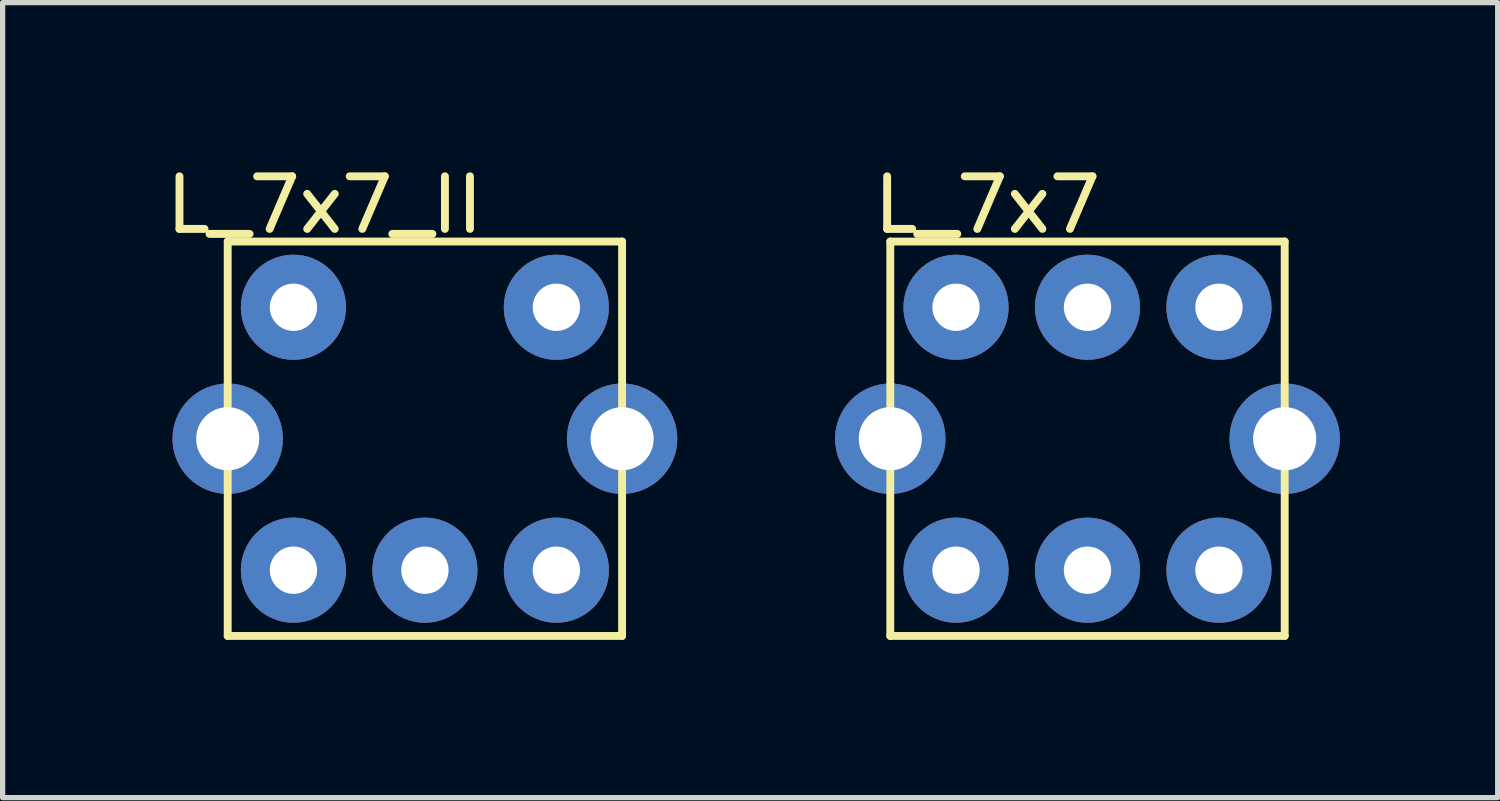
<source format=kicad_pcb>
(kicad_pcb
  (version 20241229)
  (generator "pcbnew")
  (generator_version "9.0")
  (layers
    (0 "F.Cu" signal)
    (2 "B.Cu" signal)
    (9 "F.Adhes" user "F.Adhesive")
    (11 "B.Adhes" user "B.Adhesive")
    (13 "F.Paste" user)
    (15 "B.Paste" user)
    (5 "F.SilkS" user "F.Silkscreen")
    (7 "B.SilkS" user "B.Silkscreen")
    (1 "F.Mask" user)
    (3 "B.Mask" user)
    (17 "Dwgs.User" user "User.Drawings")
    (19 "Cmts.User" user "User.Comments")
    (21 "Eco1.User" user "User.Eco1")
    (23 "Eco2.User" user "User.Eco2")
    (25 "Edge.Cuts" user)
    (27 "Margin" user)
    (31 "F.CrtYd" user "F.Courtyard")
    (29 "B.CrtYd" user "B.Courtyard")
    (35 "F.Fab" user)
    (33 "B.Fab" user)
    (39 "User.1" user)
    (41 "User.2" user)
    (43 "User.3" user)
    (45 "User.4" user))
  (footprint "L_7x7_II"
    (layer "F.Cu")
    (at 5.03 5.293)
    (property "Reference" "L_7x7_II" (at -1.905 -4.445 0) (layer "F.SilkS") (effects (font (size 1 1) (thickness 0.15))))
    (attr through_hole)
    (fp_line (start -3.75 -3.75) (end 3.75 -3.75) (stroke (width 0.15) (type solid)) (layer "F.SilkS"))
    (fp_line (start -3.75 3.75) (end -3.75 -3.75) (stroke (width 0.15) (type solid)) (layer "F.SilkS"))
    (fp_line (start 3.75 -3.75) (end 3.75 3.75) (stroke (width 0.15) (type solid)) (layer "F.SilkS"))
    (fp_line (start 3.75 3.75) (end -3.75 3.75) (stroke (width 0.15) (type solid)) (layer "F.SilkS"))
    (pad "1" thru_hole circle (at -2.5 2.5) (size 2 2) (drill 0.9) (layers "*.Cu" "*.Mask"))
    (pad "2" thru_hole circle (at 0 2.5) (size 2 2) (drill 0.9) (layers "*.Cu" "*.Mask"))
    (pad "3" thru_hole circle (at 2.5 2.5) (size 2 2) (drill 0.9) (layers "*.Cu" "*.Mask"))
    (pad "4" thru_hole circle (at -2.5 -2.5) (size 2 2) (drill 0.9) (layers "*.Cu" "*.Mask"))
    (pad "5" thru_hole circle (at 2.5 -2.5) (size 2 2) (drill 0.9) (layers "*.Cu" "*.Mask"))
    (pad "S" thru_hole circle (at -3.75 0) (size 2.1 2.1) (drill 1.2) (layers "*.Cu" "*.Mask"))
    (pad "S" thru_hole circle (at 3.75 0) (size 2.1 2.1) (drill 1.2) (layers "*.Cu" "*.Mask")))
  (footprint "L_7x7"
    (layer "F.Cu")
    (at 17.63 5.293)
    (property "Reference" "L_7x7" (at -1.905 -4.445 0) (layer "F.SilkS") (effects (font (size 1 1) (thickness 0.15))))
    (attr through_hole)
    (fp_line (start -3.75 -3.75) (end 3.75 -3.75) (stroke (width 0.15) (type solid)) (layer "F.SilkS"))
    (fp_line (start -3.75 3.75) (end -3.75 -3.75) (stroke (width 0.15) (type solid)) (layer "F.SilkS"))
    (fp_line (start 3.75 -3.75) (end 3.75 3.75) (stroke (width 0.15) (type solid)) (layer "F.SilkS"))
    (fp_line (start 3.75 3.75) (end -3.75 3.75) (stroke (width 0.15) (type solid)) (layer "F.SilkS"))
    (pad "1" thru_hole circle (at -2.5 2.5) (size 2 2) (drill 0.9) (layers "*.Cu" "*.Mask"))
    (pad "2" thru_hole circle (at 0 2.5) (size 2 2) (drill 0.9) (layers "*.Cu" "*.Mask"))
    (pad "3" thru_hole circle (at -2.5 -2.5) (size 2 2) (drill 0.9) (layers "*.Cu" "*.Mask"))
    (pad "4" thru_hole circle (at 0 -2.5) (size 2 2) (drill 0.9) (layers "*.Cu" "*.Mask"))
    (pad "5" thru_hole circle (at 2.5 -2.5) (size 2 2) (drill 0.9) (layers "*.Cu" "*.Mask"))
    (pad "6" thru_hole circle (at 2.5 2.5) (size 2 2) (drill 0.9) (layers "*.Cu" "*.Mask"))
    (pad "S" thru_hole circle (at -3.75 0) (size 2.1 2.1) (drill 1.2) (layers "*.Cu" "*.Mask"))
    (pad "S" thru_hole circle (at 3.75 0) (size 2.1 2.1) (drill 1.2) (layers "*.Cu" "*.Mask")))
  (gr_rect
    (start -3 -3)
    (end 25.43 12.118)
    (stroke (width 0.1) (type default))
    (fill no)
    (layer "Edge.Cuts")))
</source>
